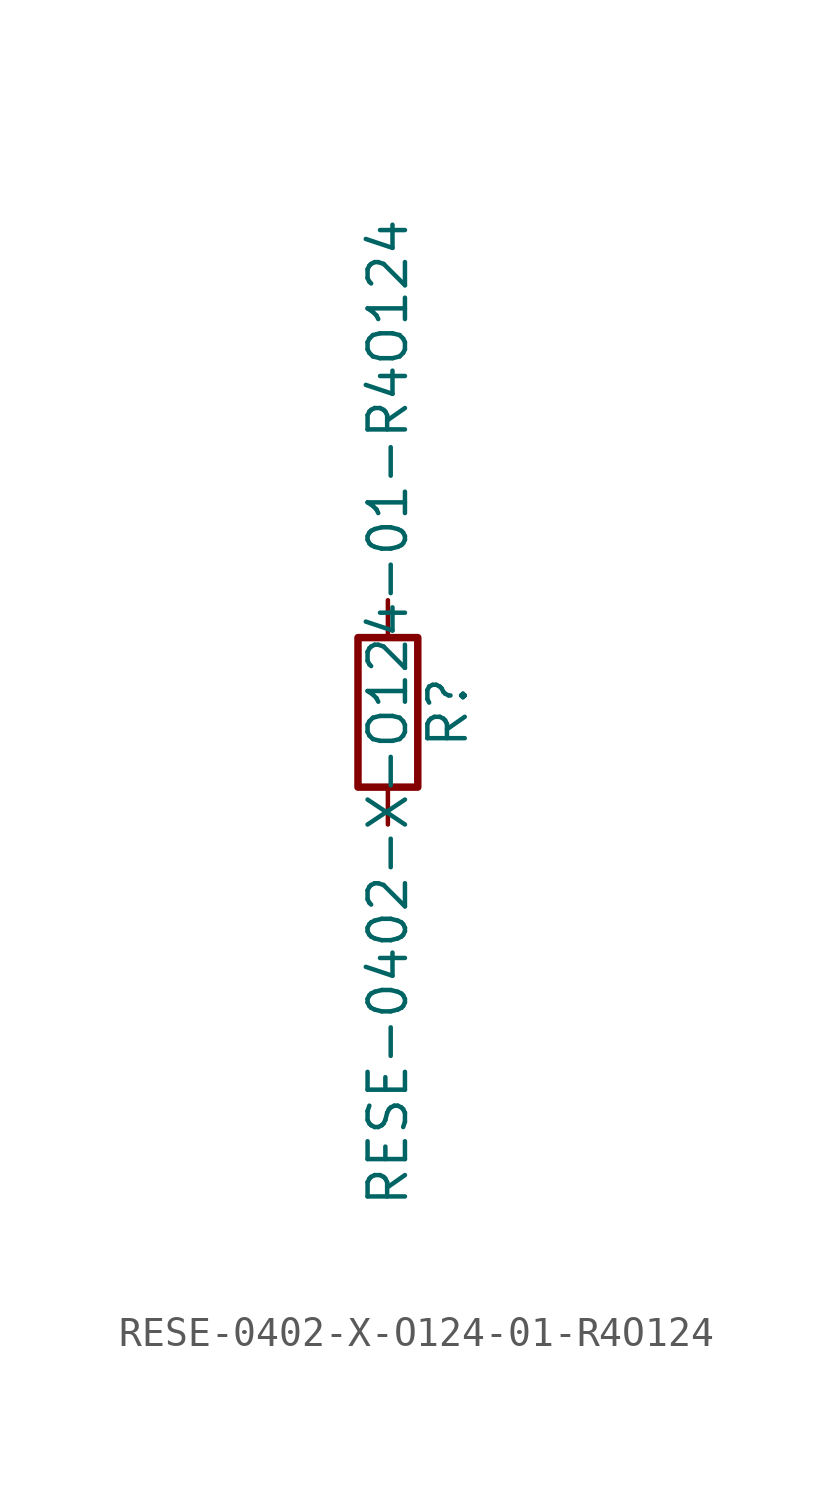
<source format=kicad_sym>
(kicad_symbol_lib
  (version 20211014)
  (generator kicad_symbol_editor)
  (symbol "RESE-0402-X-O124-01-R4O124"
    (pin_numbers hide)
    (pin_names
      (offset 0))
    (property "Reference" "R"
      (at 2.032 0 90)
      (effects (font (size 1.27 1.27))))
    (property "Value" "RESE-0402-X-O124-01-R4O124"
      (at 0 0 90)
      (effects (font (size 1.27 1.27))))
    (symbol "RESE-0402-X-O124-01-R4O124_0_1"
      (rectangle (start -1.016 -2.54) (end 1.016 2.54) (stroke (width 0.254) (type default) (color 0 0 0 0)) (fill (type none))))
    (symbol "RESE-0402-X-O124-01-R4O124_1_1"
      (pin passive line (at 0 3.81 270) (length 1.27) (name "~" (effects (font (size 1.27 1.27)))) (number "1" (effects (font (size 1.27 1.27)))))
      (pin passive line (at 0 -3.81 90) (length 1.27) (name "~" (effects (font (size 1.27 1.27)))) (number "2" (effects (font (size 1.27 1.27))))))))
</source>
